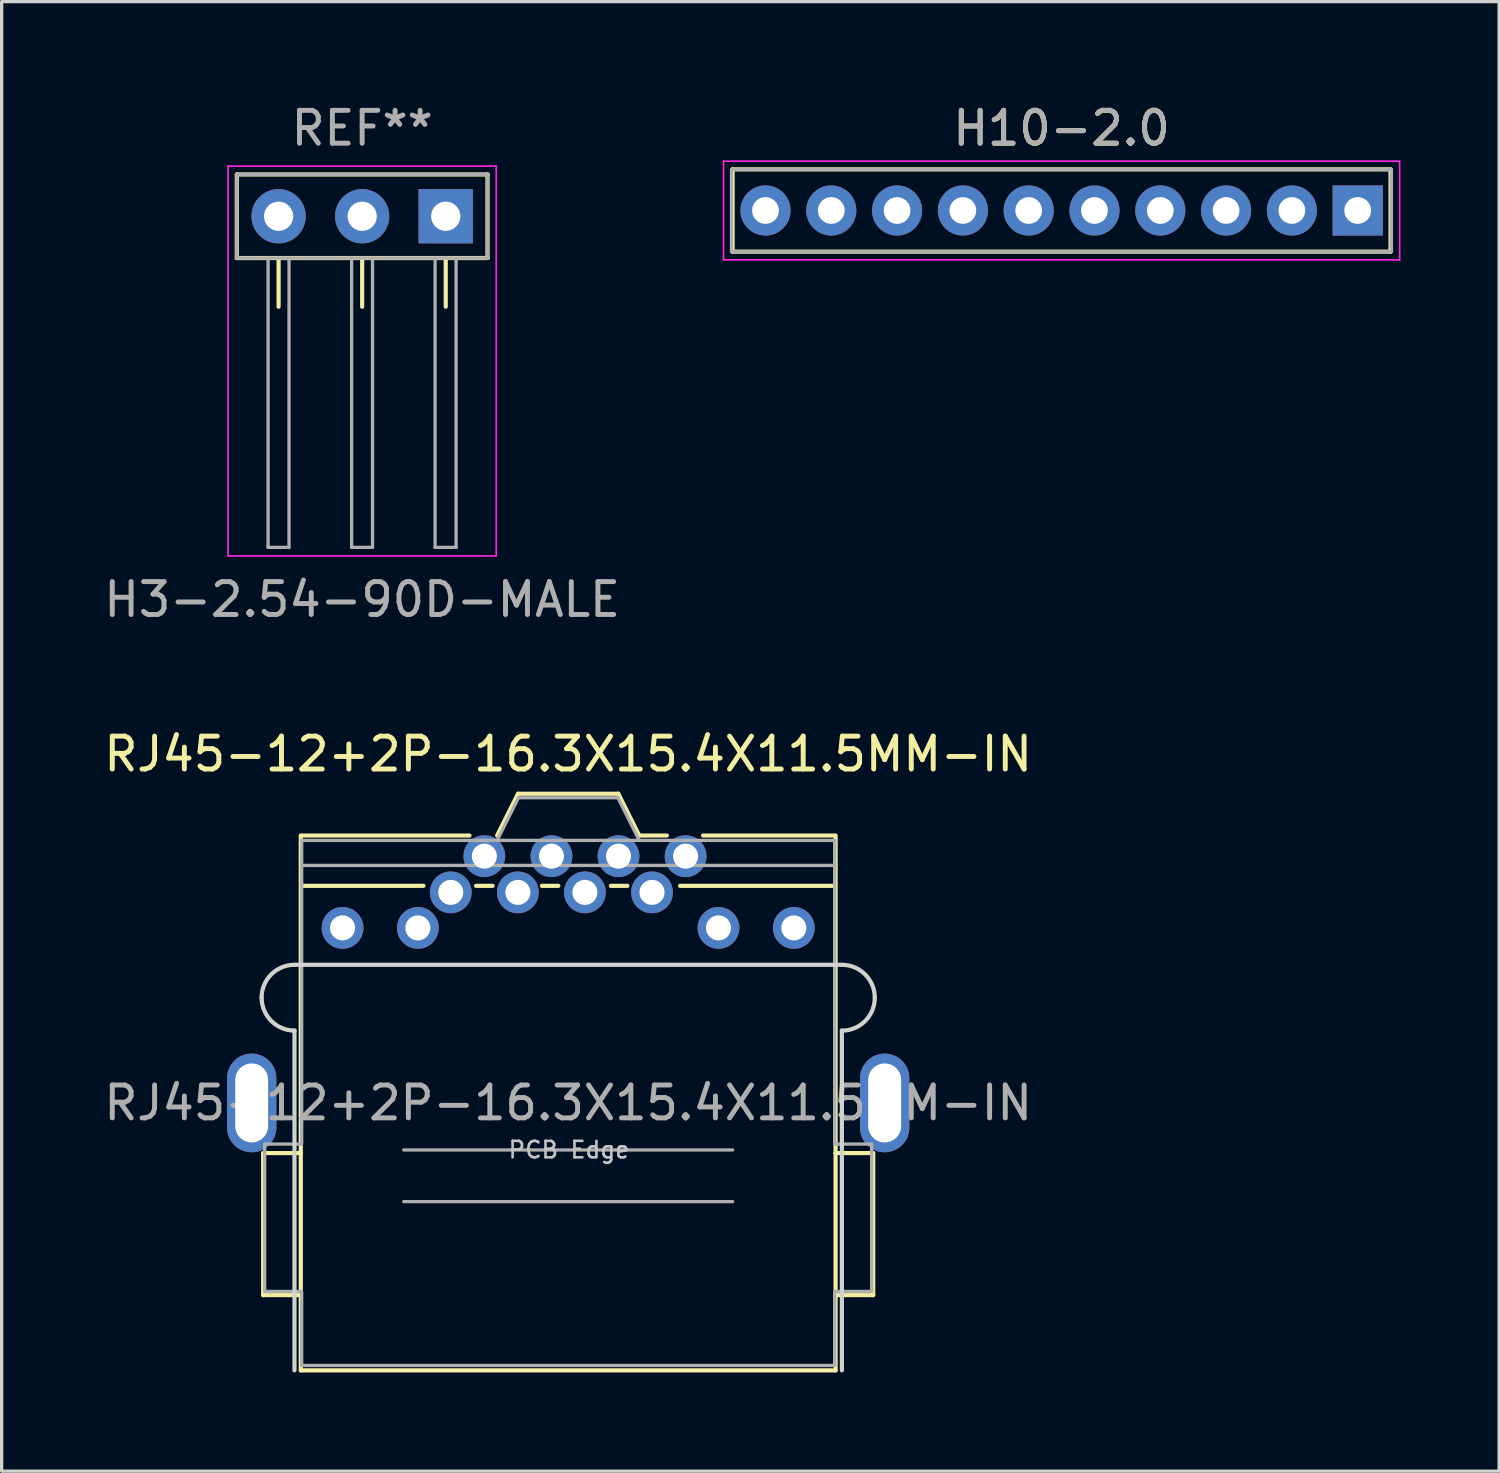
<source format=kicad_pcb>
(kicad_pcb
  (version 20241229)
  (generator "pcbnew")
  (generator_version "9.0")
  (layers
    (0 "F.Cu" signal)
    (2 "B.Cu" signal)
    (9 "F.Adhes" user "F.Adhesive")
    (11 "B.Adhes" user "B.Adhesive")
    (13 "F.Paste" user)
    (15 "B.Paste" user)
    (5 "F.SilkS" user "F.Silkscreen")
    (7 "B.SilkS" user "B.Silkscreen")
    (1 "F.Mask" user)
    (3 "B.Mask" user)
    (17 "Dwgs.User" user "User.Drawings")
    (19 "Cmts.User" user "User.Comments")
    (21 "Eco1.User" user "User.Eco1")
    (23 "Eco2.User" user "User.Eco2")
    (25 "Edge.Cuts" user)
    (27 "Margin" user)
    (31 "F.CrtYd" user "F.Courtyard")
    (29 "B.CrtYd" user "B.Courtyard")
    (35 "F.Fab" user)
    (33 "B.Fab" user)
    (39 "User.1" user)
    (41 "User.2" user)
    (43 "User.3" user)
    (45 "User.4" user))
  (footprint "H3-2.54-90D-MALE"
    (layer "F.Cu")
    (at 7.958 3.523)
    (property "Reference" "H3-2.54-90D-MALE" (at 0 11.65 180) (layer "F.Fab") (effects (font (size 1 1) (thickness 0.15))))
    (attr exclude_from_pos_files exclude_from_bom)
    (fp_line (start -3.81 -1.27) (end 3.81 -1.27) (stroke (width 0.127) (type solid)) (layer "F.SilkS"))
    (fp_line (start -3.81 1.27) (end -3.81 -1.27) (stroke (width 0.127) (type solid)) (layer "F.SilkS"))
    (fp_line (start -2.54 1.275) (end -2.54 2.75) (stroke (width 0.127) (type solid)) (layer "F.SilkS"))
    (fp_line (start 0 1.275) (end 0 2.75) (stroke (width 0.127) (type solid)) (layer "F.SilkS"))
    (fp_line (start 2.54 1.275) (end 2.54 2.75) (stroke (width 0.127) (type solid)) (layer "F.SilkS"))
    (fp_line (start 3.81 -1.27) (end 3.81 1.27) (stroke (width 0.127) (type solid)) (layer "F.SilkS"))
    (fp_line (start 3.81 1.27) (end -3.81 1.27) (stroke (width 0.127) (type solid)) (layer "F.SilkS"))
    (fp_line (start -4.075 -1.525) (end -4.075 10.325) (stroke (width 0.05) (type solid)) (layer "F.CrtYd"))
    (fp_line (start -4.075 10.325) (end 4.075 10.325) (stroke (width 0.05) (type solid)) (layer "F.CrtYd"))
    (fp_line (start 4.075 -1.525) (end -4.075 -1.525) (stroke (width 0.05) (type solid)) (layer "F.CrtYd"))
    (fp_line (start 4.075 10.325) (end 4.075 -1.525) (stroke (width 0.05) (type solid)) (layer "F.CrtYd"))
    (fp_line (start -3.81 -1.27) (end 3.81 -1.27) (stroke (width 0.1) (type solid)) (layer "F.Fab"))
    (fp_line (start -3.81 1.27) (end -3.81 -1.27) (stroke (width 0.1) (type solid)) (layer "F.Fab"))
    (fp_line (start -2.86 1.277) (end -2.86 10.065) (stroke (width 0.1) (type solid)) (layer "F.Fab"))
    (fp_line (start -2.223 10.065) (end -2.86 10.065) (stroke (width 0.1) (type solid)) (layer "F.Fab"))
    (fp_line (start -2.223 10.065) (end -2.223 1.277) (stroke (width 0.1) (type solid)) (layer "F.Fab"))
    (fp_line (start -0.32 1.277) (end -0.32 10.065) (stroke (width 0.1) (type solid)) (layer "F.Fab"))
    (fp_line (start 0.315 10.065) (end -0.32 10.065) (stroke (width 0.1) (type solid)) (layer "F.Fab"))
    (fp_line (start 0.315 10.065) (end 0.315 1.277) (stroke (width 0.1) (type solid)) (layer "F.Fab"))
    (fp_line (start 2.217 1.277) (end 2.217 10.065) (stroke (width 0.1) (type solid)) (layer "F.Fab"))
    (fp_line (start 2.855 10.065) (end 2.217 10.065) (stroke (width 0.1) (type solid)) (layer "F.Fab"))
    (fp_line (start 2.855 10.065) (end 2.855 1.277) (stroke (width 0.1) (type solid)) (layer "F.Fab"))
    (fp_line (start 3.81 -1.27) (end 3.81 1.27) (stroke (width 0.1) (type solid)) (layer "F.Fab"))
    (fp_line (start 3.81 1.27) (end -3.81 1.27) (stroke (width 0.1) (type solid)) (layer "F.Fab"))
    (fp_text user "REF**" (at 0 -2.675 0) (layer "F.Fab") (effects (font (size 1 1) (thickness 0.15))))
    (pad "1" thru_hole rect (at 2.54 0 270) (size 1.651 1.651) (drill 0.889) (layers "*.Cu" "*.Mask"))
    (pad "2" thru_hole circle (at 0 0 270) (size 1.651 1.651) (drill 0.889) (layers "*.Cu" "*.Mask"))
    (pad "3" thru_hole circle (at -2.54 0 270) (size 1.651 1.651) (drill 0.889) (layers "*.Cu" "*.Mask")))
  (footprint "RJ45-12+2P-16.3X15.4X11.5MM-IN"
    (layer "F.Cu")
    (at 14.22 30.474)
    (property "Reference" "RJ45-12+2P-16.3X15.4X11.5MM-IN" (at 0 -10.604 0) (layer "F.SilkS") (effects (font (size 1 1) (thickness 0.15))))
    (attr exclude_from_pos_files exclude_from_bom)
    (fp_line (start -9.319 -3.2) (end -9.319 -3.198) (stroke (width 0.025) (type solid)) (layer "F.SilkS"))
    (fp_line (start -9.271 1.524) (end -9.271 5.842) (stroke (width 0.127) (type solid)) (layer "F.SilkS"))
    (fp_line (start -9.271 5.842) (end -8.128 5.842) (stroke (width 0.127) (type solid)) (layer "F.SilkS"))
    (fp_line (start -8.128 1.524) (end -9.271 1.524) (stroke (width 0.127) (type solid)) (layer "F.SilkS"))
    (fp_line (start -8.128 1.524) (end -8.128 -8.128) (stroke (width 0.127) (type solid)) (layer "F.SilkS"))
    (fp_line (start -8.128 5.842) (end -8.128 1.524) (stroke (width 0.127) (type solid)) (layer "F.SilkS"))
    (fp_line (start -8.128 8.128) (end -8.128 5.842) (stroke (width 0.127) (type solid)) (layer "F.SilkS"))
    (fp_line (start -8.098 -6.599) (end -4.399 -6.599) (stroke (width 0.127) (type solid)) (layer "F.SilkS"))
    (fp_line (start -3 -8.128) (end -8.098 -8.128) (stroke (width 0.127) (type solid)) (layer "F.SilkS"))
    (fp_line (start -2.799 -6.599) (end -2.299 -6.599) (stroke (width 0.127) (type solid)) (layer "F.SilkS"))
    (fp_line (start -2.159 -8.128) (end -1.524 -9.398) (stroke (width 0.127) (type solid)) (layer "F.SilkS"))
    (fp_line (start -1.524 -9.398) (end 1.524 -9.398) (stroke (width 0.127) (type solid)) (layer "F.SilkS"))
    (fp_line (start -0.798 -6.599) (end -0.3 -6.599) (stroke (width 0.127) (type solid)) (layer "F.SilkS"))
    (fp_line (start 1.298 -6.599) (end 1.798 -6.599) (stroke (width 0.127) (type solid)) (layer "F.SilkS"))
    (fp_line (start 1.524 -9.398) (end 2.159 -8.128) (stroke (width 0.127) (type solid)) (layer "F.SilkS"))
    (fp_line (start 2.2 -8.128) (end 3 -8.128) (stroke (width 0.127) (type solid)) (layer "F.SilkS"))
    (fp_line (start 3.399 -6.599) (end 8.098 -6.599) (stroke (width 0.127) (type solid)) (layer "F.SilkS"))
    (fp_line (start 4.1 -8.128) (end 8.098 -8.128) (stroke (width 0.127) (type solid)) (layer "F.SilkS"))
    (fp_line (start 8.128 -8.128) (end 8.128 1.524) (stroke (width 0.127) (type solid)) (layer "F.SilkS"))
    (fp_line (start 8.128 1.524) (end 8.128 5.842) (stroke (width 0.127) (type solid)) (layer "F.SilkS"))
    (fp_line (start 8.128 1.524) (end 9.271 1.524) (stroke (width 0.127) (type solid)) (layer "F.SilkS"))
    (fp_line (start 8.128 5.842) (end 8.128 8.128) (stroke (width 0.127) (type solid)) (layer "F.SilkS"))
    (fp_line (start 8.128 8.128) (end -8.128 8.128) (stroke (width 0.127) (type solid)) (layer "F.SilkS"))
    (fp_line (start 9.271 1.524) (end 9.271 5.842) (stroke (width 0.127) (type solid)) (layer "F.SilkS"))
    (fp_line (start 9.271 5.842) (end 8.128 5.842) (stroke (width 0.127) (type solid)) (layer "F.SilkS"))
    (fp_line (start -8.319 -4.2) (end 8.319 -4.2) (stroke (width 0.127) (type solid)) (layer "Edge.Cuts"))
    (fp_line (start -8.319 8.128) (end -8.319 -2.2) (stroke (width 0.127) (type solid)) (layer "Edge.Cuts"))
    (fp_line (start 8.319 -2.2) (end 8.319 8.128) (stroke (width 0.127) (type solid)) (layer "Edge.Cuts"))
    (fp_arc (start -9.31926 -3.19786) (mid -9.026144 -3.905504) (end -8.3185 -4.19862) (stroke (width 0.127) (type solid)) (layer "Edge.Cuts"))
    (fp_arc (start -8.3185 -2.19964) (mid -9.024348 -2.492012) (end -9.31672 -3.19786) (stroke (width 0.127) (type solid)) (layer "Edge.Cuts"))
    (fp_arc (start 8.3185 -4.19862) (mid 9.026144 -3.905504) (end 9.31926 -3.19786) (stroke (width 0.127) (type solid)) (layer "Edge.Cuts"))
    (fp_arc (start 9.31926 -3.19786) (mid 9.026144 -2.490216) (end 8.3185 -2.1971) (stroke (width 0.127) (type solid)) (layer "Edge.Cuts"))
    (fp_line (start -9.225 5.73) (end -9.225 1.25) (stroke (width 0.1) (type solid)) (layer "F.Fab"))
    (fp_line (start -9.225 5.73) (end -8.128 5.73) (stroke (width 0.1) (type solid)) (layer "F.Fab"))
    (fp_line (start -8.125 1.25) (end -9.223 1.25) (stroke (width 0.1) (type solid)) (layer "F.Fab"))
    (fp_line (start -8.1 -7.98) (end 8.1 -7.98) (stroke (width 0.1) (type solid)) (layer "F.Fab"))
    (fp_line (start -8.1 -7.22) (end 8.1 -7.22) (stroke (width 0.1) (type solid)) (layer "F.Fab"))
    (fp_line (start -8.1 1.25) (end -8.1 -7.98) (stroke (width 0.1) (type solid)) (layer "F.Fab"))
    (fp_line (start -8.1 7.98) (end -8.1 5.73) (stroke (width 0.1) (type solid)) (layer "F.Fab"))
    (fp_line (start -8.1 7.98) (end 8.1 7.98) (stroke (width 0.1) (type solid)) (layer "F.Fab"))
    (fp_line (start -5 1.43) (end 5 1.43) (stroke (width 0.1) (type solid)) (layer "F.Fab"))
    (fp_line (start -5 3) (end 5 3) (stroke (width 0.1) (type solid)) (layer "F.Fab"))
    (fp_line (start -2.15 -8) (end -1.515 -9.27) (stroke (width 0.1) (type solid)) (layer "F.Fab"))
    (fp_line (start -1.525 -9.275) (end 1.523 -9.275) (stroke (width 0.1) (type solid)) (layer "F.Fab"))
    (fp_line (start 1.515 -9.27) (end 2.15 -8) (stroke (width 0.1) (type solid)) (layer "F.Fab"))
    (fp_line (start 8.1 1.25) (end 8.1 -7.98) (stroke (width 0.1) (type solid)) (layer "F.Fab"))
    (fp_line (start 8.1 7.975) (end 8.1 5.73) (stroke (width 0.1) (type solid)) (layer "F.Fab"))
    (fp_line (start 8.125 1.25) (end 9.223 1.25) (stroke (width 0.1) (type solid)) (layer "F.Fab"))
    (fp_line (start 9.223 5.73) (end 9.223 1.25) (stroke (width 0.1) (type solid)) (layer "F.Fab"))
    (fp_line (start 9.225 5.73) (end 8.128 5.73) (stroke (width 0.1) (type solid)) (layer "F.Fab"))
    (fp_text user "PCB Edge" (at 0.025 1.425 0) (layer "Dwgs.User") (effects (font (size 0.5 0.5) (thickness 0.08))))
    (fp_text user "${REFERENCE}" (at 0 0 0) (layer "F.Fab") (effects (font (size 1 1) (thickness 0.15))))
    (pad "1" thru_hole circle (at 3.569 -7.5 90) (size 1.27 1.27) (drill 0.762) (layers "*.Cu" "*.Mask"))
    (pad "2" thru_hole circle (at 2.548 -6.4) (size 1.27 1.27) (drill 0.762) (layers "*.Cu" "*.Mask"))
    (pad "3" thru_hole circle (at 1.529 -7.5) (size 1.27 1.27) (drill 0.762) (layers "*.Cu" "*.Mask"))
    (pad "4" thru_hole circle (at 0.508 -6.4) (size 1.27 1.27) (drill 0.762) (layers "*.Cu" "*.Mask"))
    (pad "5" thru_hole circle (at -0.508 -7.5) (size 1.27 1.27) (drill 0.762) (layers "*.Cu" "*.Mask"))
    (pad "6" thru_hole circle (at -1.529 -6.4) (size 1.27 1.27) (drill 0.762) (layers "*.Cu" "*.Mask"))
    (pad "7" thru_hole circle (at -2.548 -7.5) (size 1.27 1.27) (drill 0.762) (layers "*.Cu" "*.Mask"))
    (pad "8" thru_hole circle (at -3.569 -6.4) (size 1.27 1.27) (drill 0.762) (layers "*.Cu" "*.Mask"))
    (pad "9" thru_hole circle (at 6.858 -5.32) (size 1.27 1.27) (drill 0.762) (layers "*.Cu" "*.Paste" "*.Mask"))
    (pad "10" thru_hole circle (at 4.569 -5.32) (size 1.27 1.27) (drill 0.762) (layers "*.Cu" "*.Mask"))
    (pad "11" thru_hole circle (at -4.569 -5.32) (size 1.27 1.27) (drill 0.762) (layers "*.Cu" "*.Mask"))
    (pad "12" thru_hole circle (at -6.858 -5.32) (size 1.27 1.27) (drill 0.762) (layers "*.Cu" "*.Mask"))
    (pad "13" thru_hole oval (at -9.62 0 180) (size 1.5 3) (drill oval 1 2.4) (layers "*.Cu" "*.Mask"))
    (pad "14" thru_hole oval (at 9.62 0 180) (size 1.5 3) (drill oval 1 2.4) (layers "*.Cu" "*.Mask")))
  (footprint "H10-2.0"
    (layer "F.Cu")
    (at 29.217 3.348)
    (property "Reference" "H10-2.0" (at 0 -2.5 0) (layer "F.SilkS") (effects (font (size 1 1) (thickness 0.15))))
    (attr exclude_from_pos_files exclude_from_bom)
    (fp_line (start -10 -1.25) (end 10 -1.25) (stroke (width 0.127) (type solid)) (layer "F.SilkS"))
    (fp_line (start -10 1.25) (end -10 -1.25) (stroke (width 0.127) (type solid)) (layer "F.SilkS"))
    (fp_line (start 10 -1.25) (end 10 1.25) (stroke (width 0.127) (type solid)) (layer "F.SilkS"))
    (fp_line (start 10 1.25) (end -10 1.25) (stroke (width 0.127) (type solid)) (layer "F.SilkS"))
    (fp_line (start -10.275 -1.5) (end -10.275 1.5) (stroke (width 0.05) (type solid)) (layer "F.CrtYd"))
    (fp_line (start -10.275 1.5) (end 10.275 1.5) (stroke (width 0.05) (type solid)) (layer "F.CrtYd"))
    (fp_line (start 10.275 -1.5) (end -10.275 -1.5) (stroke (width 0.05) (type solid)) (layer "F.CrtYd"))
    (fp_line (start 10.275 -1.5) (end 10.275 1.5) (stroke (width 0.05) (type solid)) (layer "F.CrtYd"))
    (fp_line (start -10.033 -1.25) (end -10.033 1.25) (stroke (width 0.1) (type solid)) (layer "F.Fab"))
    (fp_line (start -10.025 -1.25) (end 10.025 -1.25) (stroke (width 0.1) (type solid)) (layer "F.Fab"))
    (fp_line (start -10.025 1.25) (end 10.025 1.25) (stroke (width 0.1) (type solid)) (layer "F.Fab"))
    (fp_line (start 10.025 -1.25) (end 10.025 1.25) (stroke (width 0.1) (type solid)) (layer "F.Fab"))
    (fp_text user "${REFERENCE}" (at 0 -2.5 0) (layer "F.Fab") (effects (font (size 1 1) (thickness 0.15))))
    (pad "1" thru_hole rect (at 9 0 270) (size 1.524 1.524) (drill 0.813) (layers "*.Cu" "*.Mask"))
    (pad "2" thru_hole circle (at 7 0 270) (size 1.524 1.524) (drill 0.813) (layers "*.Cu" "*.Mask"))
    (pad "3" thru_hole circle (at 5 0 270) (size 1.524 1.524) (drill 0.813) (layers "*.Cu" "*.Mask"))
    (pad "4" thru_hole circle (at 3 0 270) (size 1.524 1.524) (drill 0.813) (layers "*.Cu" "*.Mask"))
    (pad "5" thru_hole circle (at 1 0 270) (size 1.524 1.524) (drill 0.813) (layers "*.Cu" "*.Mask"))
    (pad "6" thru_hole circle (at -1 0 270) (size 1.524 1.524) (drill 0.813) (layers "*.Cu" "*.Mask"))
    (pad "7" thru_hole circle (at -3 0 270) (size 1.524 1.524) (drill 0.813) (layers "*.Cu" "*.Mask"))
    (pad "8" thru_hole circle (at -5 0 270) (size 1.524 1.524) (drill 0.813) (layers "*.Cu" "*.Mask"))
    (pad "9" thru_hole circle (at -7 0 270) (size 1.524 1.524) (drill 0.813) (layers "*.Cu" "*.Mask"))
    (pad "10" thru_hole circle (at -9 0 270) (size 1.524 1.524) (drill 0.813) (layers "*.Cu" "*.Mask")))
  (gr_rect
    (start -3 -3)
    (end 42.517 41.666)
    (stroke (width 0.1) (type default))
    (fill no)
    (layer "Edge.Cuts")))
</source>
